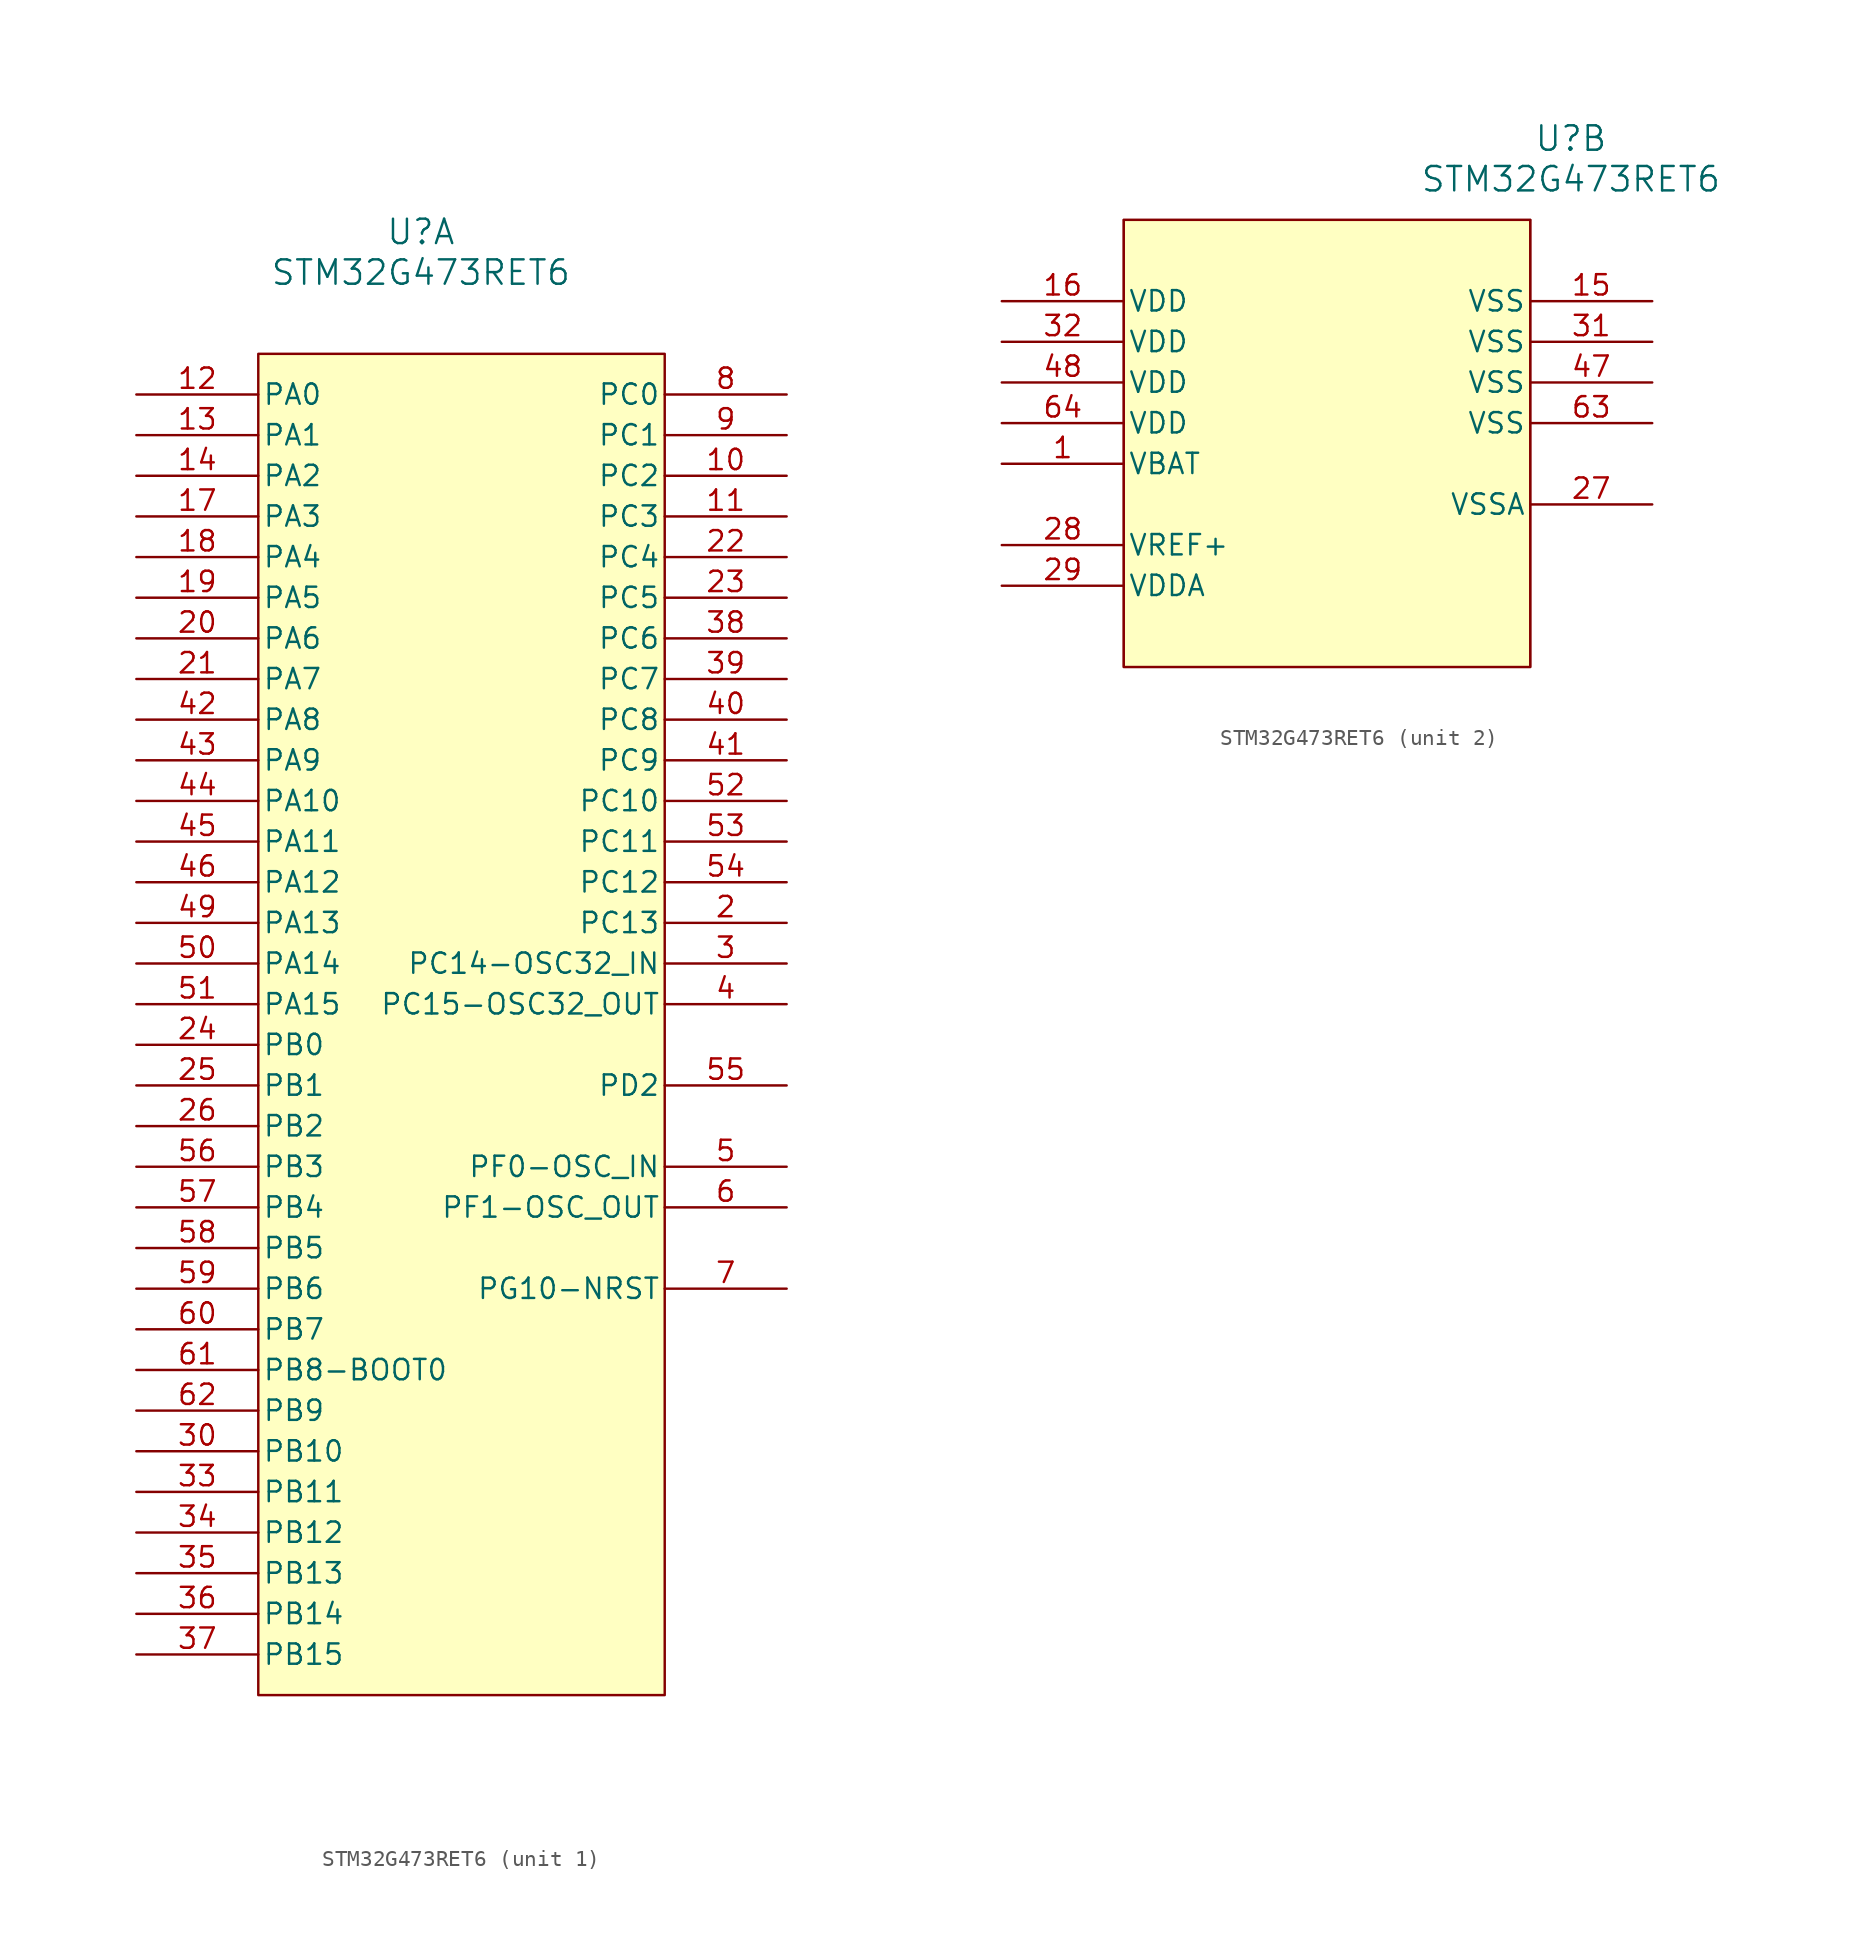
<source format=kicad_sym>
(kicad_symbol_lib
  (version 20241209)
  (generator "kicad_symbol_editor")
  (generator_version "9.0")
  (symbol "STM32G473RET6"
    (pin_names
      (offset 0.254))
    (property "Reference" "U"
      (at 35.56 10.16 0)
      (effects (font (size 1.524 1.524))))
    (property "Value" "STM32G473RET6"
      (at 35.56 7.62 0)
      (effects (font (size 1.524 1.524))))
    (property "ki_locked" ""
      (at 0 0 0)
      (effects (font (size 1.27 1.27))))
    (symbol "STM32G473RET6_1_1"
      (rectangle (start 25.4 2.54) (end 50.8 -81.28) (stroke (width 0) (type solid)) (fill (type background)))
      (pin bidirectional line (at 17.78 0 0) (length 7.62) (name "PA0" (effects (font (size 1.27 1.27)))) (number "12" (effects (font (size 1.27 1.27)))))
      (pin bidirectional line (at 17.78 -2.54 0) (length 7.62) (name "PA1" (effects (font (size 1.27 1.27)))) (number "13" (effects (font (size 1.27 1.27)))))
      (pin bidirectional line (at 17.78 -5.08 0) (length 7.62) (name "PA2" (effects (font (size 1.27 1.27)))) (number "14" (effects (font (size 1.27 1.27)))))
      (pin bidirectional line (at 17.78 -7.62 0) (length 7.62) (name "PA3" (effects (font (size 1.27 1.27)))) (number "17" (effects (font (size 1.27 1.27)))))
      (pin bidirectional line (at 17.78 -10.16 0) (length 7.62) (name "PA4" (effects (font (size 1.27 1.27)))) (number "18" (effects (font (size 1.27 1.27)))))
      (pin bidirectional line (at 17.78 -12.7 0) (length 7.62) (name "PA5" (effects (font (size 1.27 1.27)))) (number "19" (effects (font (size 1.27 1.27)))))
      (pin bidirectional line (at 17.78 -15.24 0) (length 7.62) (name "PA6" (effects (font (size 1.27 1.27)))) (number "20" (effects (font (size 1.27 1.27)))))
      (pin bidirectional line (at 17.78 -17.78 0) (length 7.62) (name "PA7" (effects (font (size 1.27 1.27)))) (number "21" (effects (font (size 1.27 1.27)))))
      (pin bidirectional line (at 17.78 -20.32 0) (length 7.62) (name "PA8" (effects (font (size 1.27 1.27)))) (number "42" (effects (font (size 1.27 1.27)))))
      (pin bidirectional line (at 17.78 -22.86 0) (length 7.62) (name "PA9" (effects (font (size 1.27 1.27)))) (number "43" (effects (font (size 1.27 1.27)))))
      (pin bidirectional line (at 17.78 -25.4 0) (length 7.62) (name "PA10" (effects (font (size 1.27 1.27)))) (number "44" (effects (font (size 1.27 1.27)))))
      (pin bidirectional line (at 17.78 -27.94 0) (length 7.62) (name "PA11" (effects (font (size 1.27 1.27)))) (number "45" (effects (font (size 1.27 1.27)))))
      (pin bidirectional line (at 17.78 -30.48 0) (length 7.62) (name "PA12" (effects (font (size 1.27 1.27)))) (number "46" (effects (font (size 1.27 1.27)))))
      (pin bidirectional line (at 17.78 -33.02 0) (length 7.62) (name "PA13" (effects (font (size 1.27 1.27)))) (number "49" (effects (font (size 1.27 1.27)))))
      (pin bidirectional line (at 17.78 -35.56 0) (length 7.62) (name "PA14" (effects (font (size 1.27 1.27)))) (number "50" (effects (font (size 1.27 1.27)))))
      (pin bidirectional line (at 17.78 -38.1 0) (length 7.62) (name "PA15" (effects (font (size 1.27 1.27)))) (number "51" (effects (font (size 1.27 1.27)))))
      (pin bidirectional line (at 17.78 -40.64 0) (length 7.62) (name "PB0" (effects (font (size 1.27 1.27)))) (number "24" (effects (font (size 1.27 1.27)))))
      (pin bidirectional line (at 17.78 -43.18 0) (length 7.62) (name "PB1" (effects (font (size 1.27 1.27)))) (number "25" (effects (font (size 1.27 1.27)))))
      (pin bidirectional line (at 17.78 -45.72 0) (length 7.62) (name "PB2" (effects (font (size 1.27 1.27)))) (number "26" (effects (font (size 1.27 1.27)))))
      (pin bidirectional line (at 17.78 -48.26 0) (length 7.62) (name "PB3" (effects (font (size 1.27 1.27)))) (number "56" (effects (font (size 1.27 1.27)))))
      (pin bidirectional line (at 17.78 -50.8 0) (length 7.62) (name "PB4" (effects (font (size 1.27 1.27)))) (number "57" (effects (font (size 1.27 1.27)))))
      (pin bidirectional line (at 17.78 -53.34 0) (length 7.62) (name "PB5" (effects (font (size 1.27 1.27)))) (number "58" (effects (font (size 1.27 1.27)))))
      (pin bidirectional line (at 17.78 -55.88 0) (length 7.62) (name "PB6" (effects (font (size 1.27 1.27)))) (number "59" (effects (font (size 1.27 1.27)))))
      (pin bidirectional line (at 17.78 -58.42 0) (length 7.62) (name "PB7" (effects (font (size 1.27 1.27)))) (number "60" (effects (font (size 1.27 1.27)))))
      (pin bidirectional line (at 17.78 -60.96 0) (length 7.62) (name "PB8-BOOT0" (effects (font (size 1.27 1.27)))) (number "61" (effects (font (size 1.27 1.27)))))
      (pin bidirectional line (at 17.78 -63.5 0) (length 7.62) (name "PB9" (effects (font (size 1.27 1.27)))) (number "62" (effects (font (size 1.27 1.27)))))
      (pin bidirectional line (at 17.78 -66.04 0) (length 7.62) (name "PB10" (effects (font (size 1.27 1.27)))) (number "30" (effects (font (size 1.27 1.27)))))
      (pin bidirectional line (at 17.78 -68.58 0) (length 7.62) (name "PB11" (effects (font (size 1.27 1.27)))) (number "33" (effects (font (size 1.27 1.27)))))
      (pin bidirectional line (at 17.78 -71.12 0) (length 7.62) (name "PB12" (effects (font (size 1.27 1.27)))) (number "34" (effects (font (size 1.27 1.27)))))
      (pin bidirectional line (at 17.78 -73.66 0) (length 7.62) (name "PB13" (effects (font (size 1.27 1.27)))) (number "35" (effects (font (size 1.27 1.27)))))
      (pin bidirectional line (at 17.78 -76.2 0) (length 7.62) (name "PB14" (effects (font (size 1.27 1.27)))) (number "36" (effects (font (size 1.27 1.27)))))
      (pin bidirectional line (at 17.78 -78.74 0) (length 7.62) (name "PB15" (effects (font (size 1.27 1.27)))) (number "37" (effects (font (size 1.27 1.27)))))
      (pin bidirectional line (at 58.42 0 180) (length 7.62) (name "PC0" (effects (font (size 1.27 1.27)))) (number "8" (effects (font (size 1.27 1.27)))))
      (pin bidirectional line (at 58.42 -2.54 180) (length 7.62) (name "PC1" (effects (font (size 1.27 1.27)))) (number "9" (effects (font (size 1.27 1.27)))))
      (pin bidirectional line (at 58.42 -5.08 180) (length 7.62) (name "PC2" (effects (font (size 1.27 1.27)))) (number "10" (effects (font (size 1.27 1.27)))))
      (pin bidirectional line (at 58.42 -7.62 180) (length 7.62) (name "PC3" (effects (font (size 1.27 1.27)))) (number "11" (effects (font (size 1.27 1.27)))))
      (pin bidirectional line (at 58.42 -10.16 180) (length 7.62) (name "PC4" (effects (font (size 1.27 1.27)))) (number "22" (effects (font (size 1.27 1.27)))))
      (pin bidirectional line (at 58.42 -12.7 180) (length 7.62) (name "PC5" (effects (font (size 1.27 1.27)))) (number "23" (effects (font (size 1.27 1.27)))))
      (pin bidirectional line (at 58.42 -15.24 180) (length 7.62) (name "PC6" (effects (font (size 1.27 1.27)))) (number "38" (effects (font (size 1.27 1.27)))))
      (pin bidirectional line (at 58.42 -17.78 180) (length 7.62) (name "PC7" (effects (font (size 1.27 1.27)))) (number "39" (effects (font (size 1.27 1.27)))))
      (pin bidirectional line (at 58.42 -20.32 180) (length 7.62) (name "PC8" (effects (font (size 1.27 1.27)))) (number "40" (effects (font (size 1.27 1.27)))))
      (pin bidirectional line (at 58.42 -22.86 180) (length 7.62) (name "PC9" (effects (font (size 1.27 1.27)))) (number "41" (effects (font (size 1.27 1.27)))))
      (pin bidirectional line (at 58.42 -25.4 180) (length 7.62) (name "PC10" (effects (font (size 1.27 1.27)))) (number "52" (effects (font (size 1.27 1.27)))))
      (pin bidirectional line (at 58.42 -27.94 180) (length 7.62) (name "PC11" (effects (font (size 1.27 1.27)))) (number "53" (effects (font (size 1.27 1.27)))))
      (pin bidirectional line (at 58.42 -30.48 180) (length 7.62) (name "PC12" (effects (font (size 1.27 1.27)))) (number "54" (effects (font (size 1.27 1.27)))))
      (pin bidirectional line (at 58.42 -33.02 180) (length 7.62) (name "PC13" (effects (font (size 1.27 1.27)))) (number "2" (effects (font (size 1.27 1.27)))))
      (pin bidirectional line (at 58.42 -35.56 180) (length 7.62) (name "PC14-OSC32_IN" (effects (font (size 1.27 1.27)))) (number "3" (effects (font (size 1.27 1.27)))))
      (pin bidirectional line (at 58.42 -38.1 180) (length 7.62) (name "PC15-OSC32_OUT" (effects (font (size 1.27 1.27)))) (number "4" (effects (font (size 1.27 1.27)))))
      (pin bidirectional line (at 58.42 -43.18 180) (length 7.62) (name "PD2" (effects (font (size 1.27 1.27)))) (number "55" (effects (font (size 1.27 1.27)))))
      (pin bidirectional line (at 58.42 -48.26 180) (length 7.62) (name "PF0-OSC_IN" (effects (font (size 1.27 1.27)))) (number "5" (effects (font (size 1.27 1.27)))))
      (pin bidirectional line (at 58.42 -50.8 180) (length 7.62) (name "PF1-OSC_OUT" (effects (font (size 1.27 1.27)))) (number "6" (effects (font (size 1.27 1.27)))))
      (pin bidirectional line (at 58.42 -55.88 180) (length 7.62) (name "PG10-NRST" (effects (font (size 1.27 1.27)))) (number "7" (effects (font (size 1.27 1.27))))))
    (symbol "STM32G473RET6_2_1"
      (polyline (pts (xy 7.62 5.08) (xy 7.62 -22.86)) (stroke (width 0.127) (type default)) (fill (type none)))
      (rectangle (start 7.62 5.08) (end 33.02 -22.86) (stroke (width 0) (type solid)) (fill (type background)))
      (polyline (pts (xy 33.02 5.08) (xy 7.62 5.08)) (stroke (width 0.127) (type default)) (fill (type none)))
      (polyline (pts (xy 33.02 -22.86) (xy 33.02 5.08)) (stroke (width 0.127) (type default)) (fill (type none)))
      (pin power_in line (at 0 0 0) (length 7.62) (name "VDD" (effects (font (size 1.27 1.27)))) (number "16" (effects (font (size 1.27 1.27)))))
      (pin power_in line (at 0 -2.54 0) (length 7.62) (name "VDD" (effects (font (size 1.27 1.27)))) (number "32" (effects (font (size 1.27 1.27)))))
      (pin power_in line (at 0 -5.08 0) (length 7.62) (name "VDD" (effects (font (size 1.27 1.27)))) (number "48" (effects (font (size 1.27 1.27)))))
      (pin power_in line (at 0 -7.62 0) (length 7.62) (name "VDD" (effects (font (size 1.27 1.27)))) (number "64" (effects (font (size 1.27 1.27)))))
      (pin power_in line (at 0 -10.16 0) (length 7.62) (name "VBAT" (effects (font (size 1.27 1.27)))) (number "1" (effects (font (size 1.27 1.27)))))
      (pin power_in line (at 0 -15.24 0) (length 7.62) (name "VREF+" (effects (font (size 1.27 1.27)))) (number "28" (effects (font (size 1.27 1.27)))))
      (pin power_in line (at 0 -17.78 0) (length 7.62) (name "VDDA" (effects (font (size 1.27 1.27)))) (number "29" (effects (font (size 1.27 1.27)))))
      (pin power_in line (at 40.64 0 180) (length 7.62) (name "VSS" (effects (font (size 1.27 1.27)))) (number "15" (effects (font (size 1.27 1.27)))))
      (pin power_in line (at 40.64 -2.54 180) (length 7.62) (name "VSS" (effects (font (size 1.27 1.27)))) (number "31" (effects (font (size 1.27 1.27)))))
      (pin power_in line (at 40.64 -5.08 180) (length 7.62) (name "VSS" (effects (font (size 1.27 1.27)))) (number "47" (effects (font (size 1.27 1.27)))))
      (pin power_in line (at 40.64 -7.62 180) (length 7.62) (name "VSS" (effects (font (size 1.27 1.27)))) (number "63" (effects (font (size 1.27 1.27)))))
      (pin power_in line (at 40.64 -12.7 180) (length 7.62) (name "VSSA" (effects (font (size 1.27 1.27)))) (number "27" (effects (font (size 1.27 1.27))))))))
</source>
